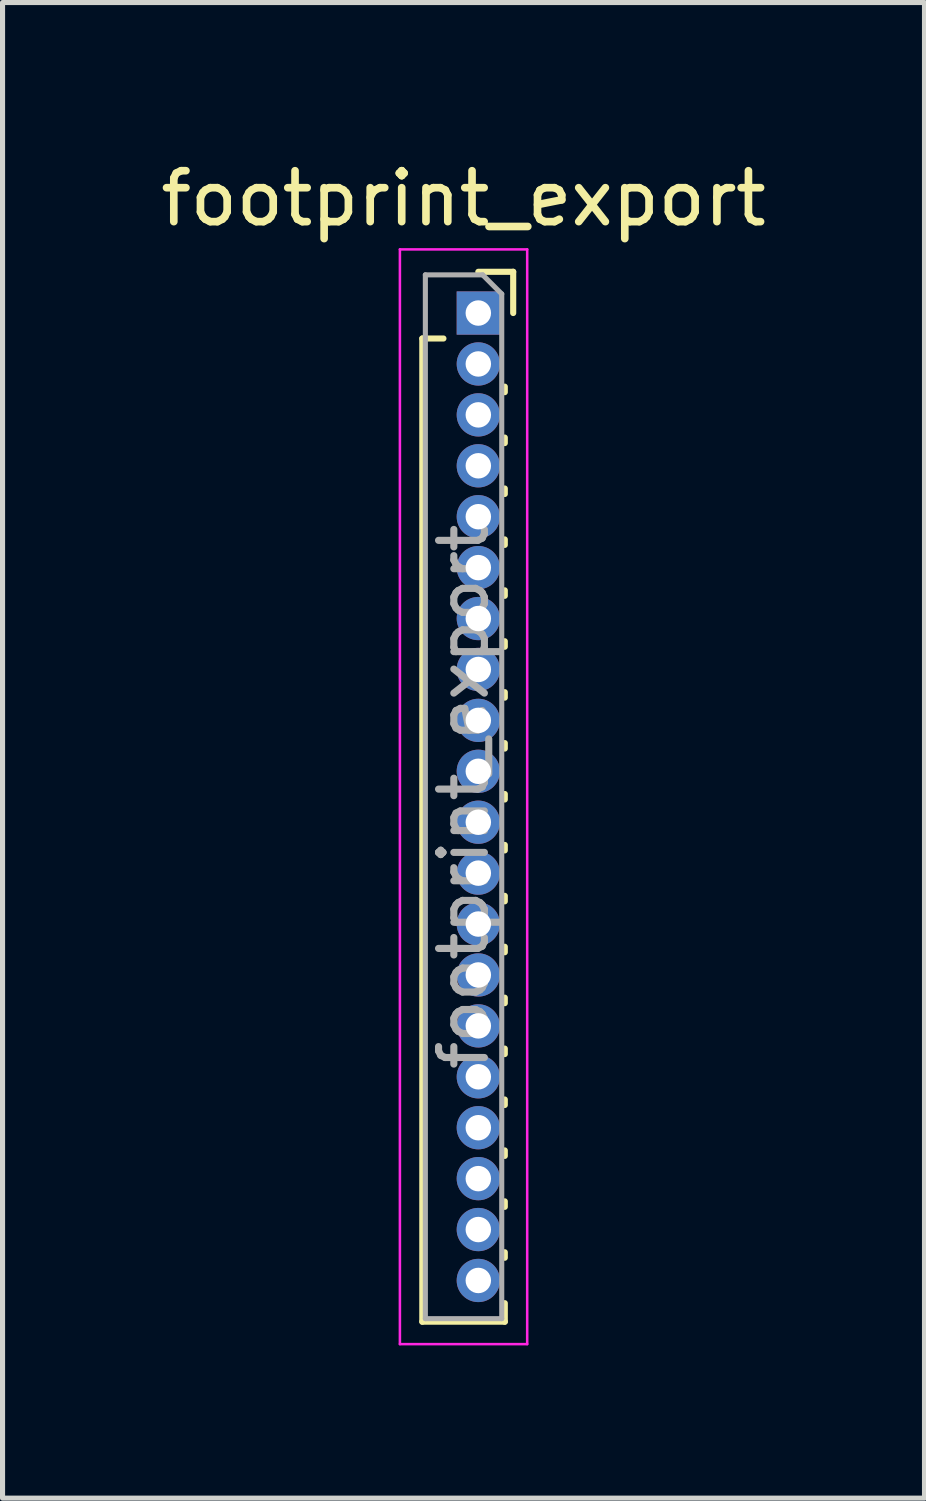
<source format=kicad_pcb>
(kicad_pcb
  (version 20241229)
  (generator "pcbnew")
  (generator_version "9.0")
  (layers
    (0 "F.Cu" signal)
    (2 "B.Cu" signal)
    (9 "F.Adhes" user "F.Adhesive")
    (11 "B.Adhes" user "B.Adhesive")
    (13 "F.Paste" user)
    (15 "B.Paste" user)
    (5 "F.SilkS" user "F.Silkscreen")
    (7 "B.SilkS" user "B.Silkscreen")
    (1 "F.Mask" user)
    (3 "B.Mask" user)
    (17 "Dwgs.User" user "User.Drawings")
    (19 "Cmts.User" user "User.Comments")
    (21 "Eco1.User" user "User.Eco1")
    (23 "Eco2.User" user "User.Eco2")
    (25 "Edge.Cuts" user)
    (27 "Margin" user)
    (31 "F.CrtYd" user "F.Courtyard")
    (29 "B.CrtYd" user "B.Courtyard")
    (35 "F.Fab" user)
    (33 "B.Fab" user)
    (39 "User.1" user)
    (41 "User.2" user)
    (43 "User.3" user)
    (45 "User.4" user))
  (footprint "footprint_export"
    (layer "F.Cu")
    (at 6.344 3.098)
    (property "Reference" "footprint_export" (at -0.29 -2.25 0) (layer "F.SilkS") (effects (font (size 1 1) (thickness 0.15))))
    (attr through_hole)
    (fp_line (start -1.1 0.5) (end -1.1 19.81) (stroke (width 0.12) (type solid)) (layer "F.SilkS"))
    (fp_line (start -1.1 0.5) (end -0.685 0.5) (stroke (width 0.12) (type solid)) (layer "F.SilkS"))
    (fp_line (start -1.1 19.81) (end 0.52 19.81) (stroke (width 0.12) (type solid)) (layer "F.SilkS"))
    (fp_line (start 0 -0.81) (end 0.685 -0.81) (stroke (width 0.12) (type solid)) (layer "F.SilkS"))
    (fp_line (start 0.52 1.446) (end 0.52 1.554) (stroke (width 0.12) (type solid)) (layer "F.SilkS"))
    (fp_line (start 0.52 2.446) (end 0.52 2.554) (stroke (width 0.12) (type solid)) (layer "F.SilkS"))
    (fp_line (start 0.52 3.446) (end 0.52 3.554) (stroke (width 0.12) (type solid)) (layer "F.SilkS"))
    (fp_line (start 0.52 4.446) (end 0.52 4.554) (stroke (width 0.12) (type solid)) (layer "F.SilkS"))
    (fp_line (start 0.52 5.446) (end 0.52 5.554) (stroke (width 0.12) (type solid)) (layer "F.SilkS"))
    (fp_line (start 0.52 6.446) (end 0.52 6.554) (stroke (width 0.12) (type solid)) (layer "F.SilkS"))
    (fp_line (start 0.52 7.446) (end 0.52 7.554) (stroke (width 0.12) (type solid)) (layer "F.SilkS"))
    (fp_line (start 0.52 8.446) (end 0.52 8.554) (stroke (width 0.12) (type solid)) (layer "F.SilkS"))
    (fp_line (start 0.52 9.446) (end 0.52 9.554) (stroke (width 0.12) (type solid)) (layer "F.SilkS"))
    (fp_line (start 0.52 10.446) (end 0.52 10.554) (stroke (width 0.12) (type solid)) (layer "F.SilkS"))
    (fp_line (start 0.52 11.446) (end 0.52 11.554) (stroke (width 0.12) (type solid)) (layer "F.SilkS"))
    (fp_line (start 0.52 12.446) (end 0.52 12.554) (stroke (width 0.12) (type solid)) (layer "F.SilkS"))
    (fp_line (start 0.52 13.446) (end 0.52 13.554) (stroke (width 0.12) (type solid)) (layer "F.SilkS"))
    (fp_line (start 0.52 14.446) (end 0.52 14.554) (stroke (width 0.12) (type solid)) (layer "F.SilkS"))
    (fp_line (start 0.52 15.446) (end 0.52 15.554) (stroke (width 0.12) (type solid)) (layer "F.SilkS"))
    (fp_line (start 0.52 16.446) (end 0.52 16.554) (stroke (width 0.12) (type solid)) (layer "F.SilkS"))
    (fp_line (start 0.52 17.446) (end 0.52 17.554) (stroke (width 0.12) (type solid)) (layer "F.SilkS"))
    (fp_line (start 0.52 18.446) (end 0.52 18.554) (stroke (width 0.12) (type solid)) (layer "F.SilkS"))
    (fp_line (start 0.52 19.446) (end 0.52 19.81) (stroke (width 0.12) (type solid)) (layer "F.SilkS"))
    (fp_line (start 0.685 -0.81) (end 0.685 0) (stroke (width 0.12) (type solid)) (layer "F.SilkS"))
    (fp_line (start -1.54 -1.25) (end 0.96 -1.25) (stroke (width 0.05) (type solid)) (layer "F.CrtYd"))
    (fp_line (start -1.54 20.25) (end -1.54 -1.25) (stroke (width 0.05) (type solid)) (layer "F.CrtYd"))
    (fp_line (start 0.96 -1.25) (end 0.96 20.25) (stroke (width 0.05) (type solid)) (layer "F.CrtYd"))
    (fp_line (start 0.96 20.25) (end -1.54 20.25) (stroke (width 0.05) (type solid)) (layer "F.CrtYd"))
    (fp_line (start -1.04 -0.75) (end 0.085 -0.75) (stroke (width 0.1) (type solid)) (layer "F.Fab"))
    (fp_line (start -1.04 19.75) (end -1.04 -0.75) (stroke (width 0.1) (type solid)) (layer "F.Fab"))
    (fp_line (start 0.085 -0.75) (end 0.46 -0.375) (stroke (width 0.1) (type solid)) (layer "F.Fab"))
    (fp_line (start 0.46 -0.375) (end 0.46 19.75) (stroke (width 0.1) (type solid)) (layer "F.Fab"))
    (fp_line (start 0.46 19.75) (end -1.04 19.75) (stroke (width 0.1) (type solid)) (layer "F.Fab"))
    (fp_text user "${REFERENCE}" (at -0.29 9.5 90) (layer "F.Fab") (effects (font (size 0.9 0.9) (thickness 0.14))))
    (pad "1" thru_hole rect (at 0 0) (size 0.85 0.85) (drill 0.5) (layers "*.Cu" "*.Mask"))
    (pad "2" thru_hole oval (at 0 1) (size 0.85 0.85) (drill 0.5) (layers "*.Cu" "*.Mask"))
    (pad "3" thru_hole oval (at 0 2) (size 0.85 0.85) (drill 0.5) (layers "*.Cu" "*.Mask"))
    (pad "4" thru_hole oval (at 0 3) (size 0.85 0.85) (drill 0.5) (layers "*.Cu" "*.Mask"))
    (pad "5" thru_hole oval (at 0 4) (size 0.85 0.85) (drill 0.5) (layers "*.Cu" "*.Mask"))
    (pad "6" thru_hole oval (at 0 5) (size 0.85 0.85) (drill 0.5) (layers "*.Cu" "*.Mask"))
    (pad "7" thru_hole oval (at 0 6) (size 0.85 0.85) (drill 0.5) (layers "*.Cu" "*.Mask"))
    (pad "8" thru_hole oval (at 0 7) (size 0.85 0.85) (drill 0.5) (layers "*.Cu" "*.Mask"))
    (pad "9" thru_hole oval (at 0 8) (size 0.85 0.85) (drill 0.5) (layers "*.Cu" "*.Mask"))
    (pad "10" thru_hole oval (at 0 9) (size 0.85 0.85) (drill 0.5) (layers "*.Cu" "*.Mask"))
    (pad "11" thru_hole oval (at 0 10) (size 0.85 0.85) (drill 0.5) (layers "*.Cu" "*.Mask"))
    (pad "12" thru_hole oval (at 0 11) (size 0.85 0.85) (drill 0.5) (layers "*.Cu" "*.Mask"))
    (pad "13" thru_hole oval (at 0 12) (size 0.85 0.85) (drill 0.5) (layers "*.Cu" "*.Mask"))
    (pad "14" thru_hole oval (at 0 13) (size 0.85 0.85) (drill 0.5) (layers "*.Cu" "*.Mask"))
    (pad "15" thru_hole oval (at 0 14) (size 0.85 0.85) (drill 0.5) (layers "*.Cu" "*.Mask"))
    (pad "16" thru_hole oval (at 0 15) (size 0.85 0.85) (drill 0.5) (layers "*.Cu" "*.Mask"))
    (pad "17" thru_hole oval (at 0 16) (size 0.85 0.85) (drill 0.5) (layers "*.Cu" "*.Mask"))
    (pad "18" thru_hole oval (at 0 17) (size 0.85 0.85) (drill 0.5) (layers "*.Cu" "*.Mask"))
    (pad "19" thru_hole oval (at 0 18) (size 0.85 0.85) (drill 0.5) (layers "*.Cu" "*.Mask"))
    (pad "20" thru_hole oval (at 0 19) (size 0.85 0.85) (drill 0.5) (layers "*.Cu" "*.Mask")))
  (gr_rect
    (start -3 -3)
    (end 15.107 26.373)
    (stroke (width 0.1) (type default))
    (fill no)
    (layer "Edge.Cuts")))
</source>
